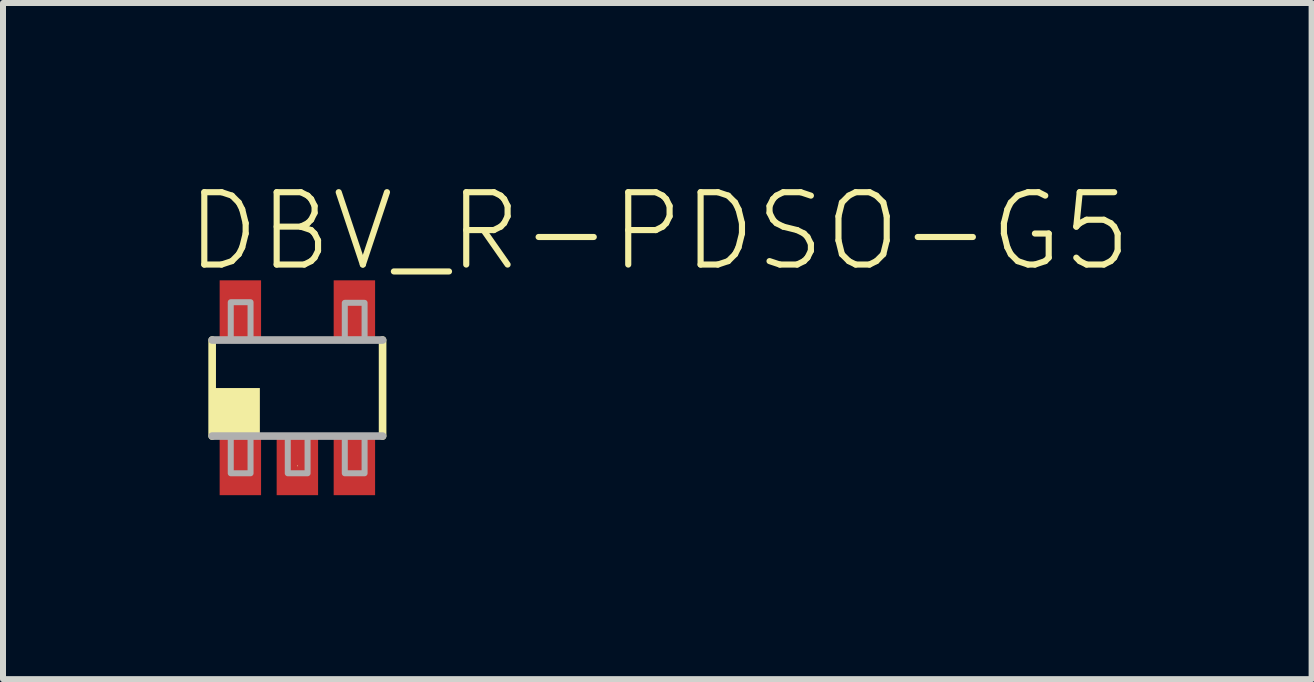
<source format=kicad_pcb>
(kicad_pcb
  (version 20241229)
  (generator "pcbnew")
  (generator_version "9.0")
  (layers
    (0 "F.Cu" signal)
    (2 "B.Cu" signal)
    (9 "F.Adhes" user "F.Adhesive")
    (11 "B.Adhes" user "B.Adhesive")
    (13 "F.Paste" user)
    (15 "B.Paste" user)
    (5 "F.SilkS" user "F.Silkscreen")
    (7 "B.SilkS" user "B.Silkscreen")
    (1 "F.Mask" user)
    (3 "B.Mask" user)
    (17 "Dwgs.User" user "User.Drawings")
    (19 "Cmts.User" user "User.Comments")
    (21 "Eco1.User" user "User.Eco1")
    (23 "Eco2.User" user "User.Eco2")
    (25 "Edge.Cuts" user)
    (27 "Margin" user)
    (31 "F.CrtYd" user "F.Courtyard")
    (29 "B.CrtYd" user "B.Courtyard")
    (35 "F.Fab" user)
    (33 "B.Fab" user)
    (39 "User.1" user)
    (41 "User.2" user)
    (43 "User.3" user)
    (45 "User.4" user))
  (footprint "DBV_R-PDSO-G5"
    (layer "F.Cu")
    (at 1.905 3.416)
    (property "Reference" "DBV_R-PDSO-G5" (at -1.905 -1.905 0) (layer "F.SilkS") (effects (font (size 1.206 1.206) (thickness 0.102)) (justify left bottom)))
    (attr through_hole)
    (fp_poly (pts (xy -1.35 -0.75) (xy -0.55 -0.75) (xy -0.55 -1.85) (xy -1.35 -1.85)) (stroke (width 0) (type solid)) (fill yes) (layer "F.Mask"))
    (fp_poly (pts (xy -0.55 0.75) (xy -1.35 0.75) (xy -1.35 1.85) (xy -0.55 1.85)) (stroke (width 0) (type solid)) (fill yes) (layer "F.Mask"))
    (fp_poly (pts (xy 0.4 0.75) (xy -0.4 0.75) (xy -0.4 1.85) (xy 0.4 1.85)) (stroke (width 0) (type solid)) (fill yes) (layer "F.Mask"))
    (fp_poly (pts (xy 0.55 -0.75) (xy 1.35 -0.75) (xy 1.35 -1.85) (xy 0.55 -1.85)) (stroke (width 0) (type solid)) (fill yes) (layer "F.Mask"))
    (fp_poly (pts (xy 1.35 0.75) (xy 0.55 0.75) (xy 0.55 1.85) (xy 1.35 1.85)) (stroke (width 0) (type solid)) (fill yes) (layer "F.Mask"))
    (fp_line (start -1.42 0.8) (end -1.42 -0.8) (stroke (width 0.127) (type solid)) (layer "F.SilkS"))
    (fp_line (start 0 1.29) (end 0 1.3) (stroke (width 0.01) (type solid)) (layer "F.SilkS"))
    (fp_line (start 1.42 -0.8) (end 1.42 0.8) (stroke (width 0.127) (type solid)) (layer "F.SilkS"))
    (fp_poly (pts (xy -1.375 0.75) (xy -0.625 0.75) (xy -0.625 0) (xy -1.375 0)) (stroke (width 0) (type solid)) (fill yes) (layer "F.SilkS"))
    (fp_line (start -1.42 -0.8) (end 1.42 -0.8) (stroke (width 0.127) (type solid)) (layer "F.Fab"))
    (fp_line (start 1.42 0.8) (end -1.42 0.8) (stroke (width 0.127) (type solid)) (layer "F.Fab"))
    (fp_poly (pts (xy -1.11 -0.8) (xy -0.78 -0.8) (xy -0.78 -1.43) (xy -1.11 -1.43)) (stroke (width 0.1) (type solid)) (fill no) (layer "F.Fab"))
    (fp_poly (pts (xy -1.11 1.42) (xy -0.78 1.42) (xy -0.78 0.8) (xy -1.11 0.8)) (stroke (width 0.1) (type solid)) (fill no) (layer "F.Fab"))
    (fp_poly (pts (xy -0.16 1.42) (xy 0.17 1.42) (xy 0.17 0.8) (xy -0.16 0.8)) (stroke (width 0.1) (type solid)) (fill no) (layer "F.Fab"))
    (fp_poly (pts (xy 0.79 -0.8) (xy 1.12 -0.8) (xy 1.12 -1.42) (xy 0.79 -1.42)) (stroke (width 0.1) (type solid)) (fill no) (layer "F.Fab"))
    (fp_poly (pts (xy 0.79 1.42) (xy 1.12 1.42) (xy 1.12 0.8) (xy 0.79 0.8)) (stroke (width 0.1) (type solid)) (fill no) (layer "F.Fab"))
    (pad "1" smd rect (at -0.95 1.29) (size 0.69 0.99) (layers "F.Cu" "F.Mask" "F.Paste"))
    (pad "2" smd rect (at 0 1.29) (size 0.69 0.99) (layers "F.Cu" "F.Mask" "F.Paste"))
    (pad "3" smd rect (at 0.95 1.29) (size 0.69 0.99) (layers "F.Cu" "F.Mask" "F.Paste"))
    (pad "4" smd rect (at 0.95 -1.3) (size 0.69 0.99) (layers "F.Cu" "F.Mask" "F.Paste"))
    (pad "5" smd rect (at -0.95 -1.3) (size 0.69 0.99) (layers "F.Cu" "F.Mask" "F.Paste")))
  (gr_rect
    (start -3 -3)
    (end 18.805 8.266)
    (stroke (width 0.1) (type default))
    (fill no)
    (layer "Edge.Cuts")))
</source>
